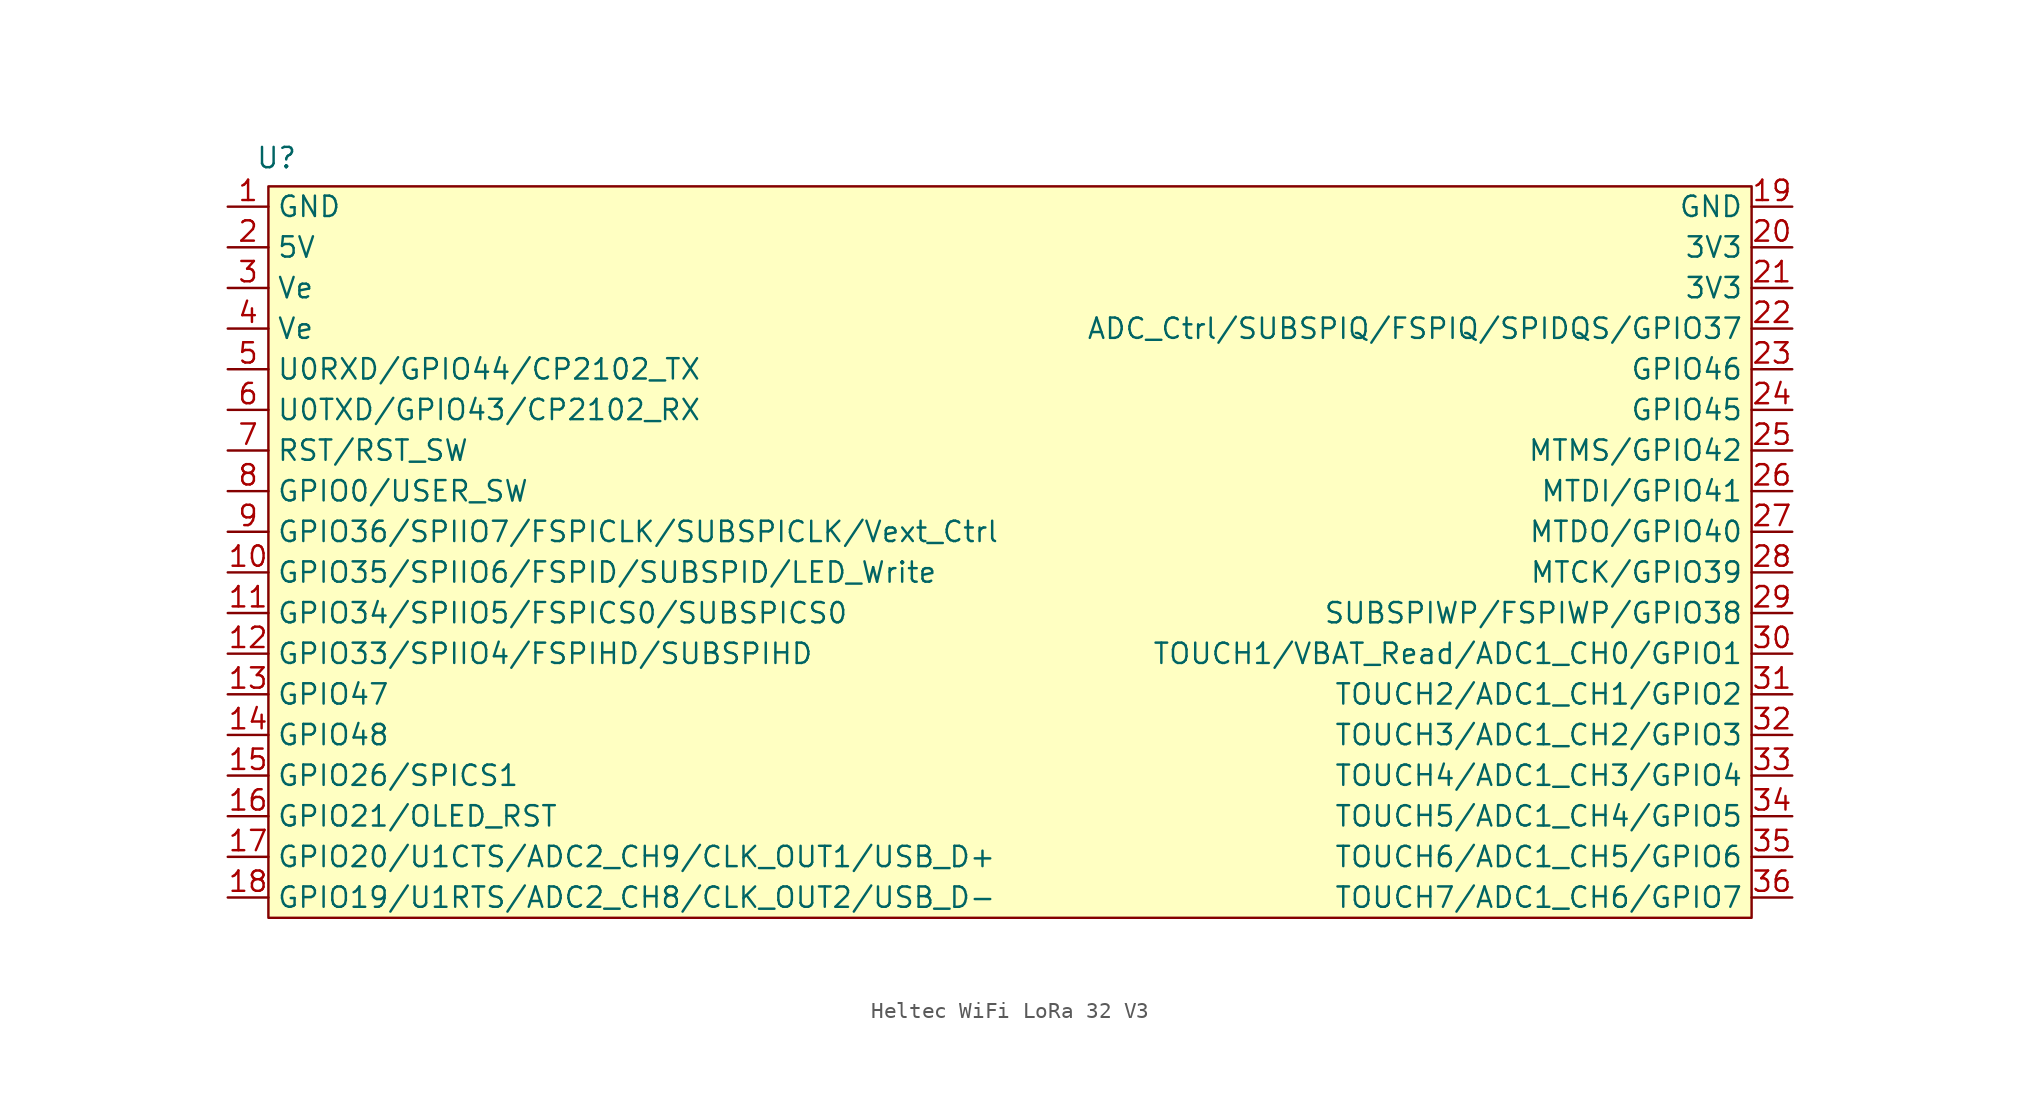
<source format=kicad_sym>
(kicad_symbol_lib
  (version 20241209)
  (generator "kicad_symbol_editor")
  (generator_version "9.0")
  (symbol "Heltec WiFi LoRa 32 V3"
    (property "Reference" "U"
      (at -46.482 24.638 0)
      (effects (font (size 1.27 1.27))))
    (property "Value" ""
      (at 0 0 0)
      (effects (font (size 1.27 1.27))))
    (symbol "Heltec WiFi LoRa 32 V3_1_1"
      (rectangle (start -46.99 22.86) (end 45.72 -22.86) (stroke (width 0) (type solid)) (fill (type background)))
      (pin power_in line (at -49.53 21.59 0) (length 2.54) (name "GND" (effects (font (size 1.27 1.27)))) (number "1" (effects (font (size 1.27 1.27)))))
      (pin power_in line (at -49.53 19.05 0) (length 2.54) (name "5V" (effects (font (size 1.27 1.27)))) (number "2" (effects (font (size 1.27 1.27)))))
      (pin power_out line (at -49.53 16.51 0) (length 2.54) (name "Ve" (effects (font (size 1.27 1.27)))) (number "3" (effects (font (size 1.27 1.27)))))
      (pin power_out line (at -49.53 13.97 0) (length 2.54) (name "Ve" (effects (font (size 1.27 1.27)))) (number "4" (effects (font (size 1.27 1.27)))))
      (pin bidirectional line (at -49.53 11.43 0) (length 2.54) (name "U0RXD/GPIO44/CP2102_TX" (effects (font (size 1.27 1.27)))) (number "5" (effects (font (size 1.27 1.27)))))
      (pin bidirectional line (at -49.53 8.89 0) (length 2.54) (name "U0TXD/GPIO43/CP2102_RX" (effects (font (size 1.27 1.27)))) (number "6" (effects (font (size 1.27 1.27)))))
      (pin input line (at -49.53 6.35 0) (length 2.54) (name "RST/RST_SW" (effects (font (size 1.27 1.27)))) (number "7" (effects (font (size 1.27 1.27)))))
      (pin bidirectional line (at -49.53 3.81 0) (length 2.54) (name "GPIO0/USER_SW" (effects (font (size 1.27 1.27)))) (number "8" (effects (font (size 1.27 1.27)))))
      (pin bidirectional line (at -49.53 1.27 0) (length 2.54) (name "GPIO36/SPIIO7/FSPICLK/SUBSPICLK/Vext_Ctrl" (effects (font (size 1.27 1.27)))) (number "9" (effects (font (size 1.27 1.27)))))
      (pin bidirectional line (at -49.53 -1.27 0) (length 2.54) (name "GPIO35/SPIIO6/FSPID/SUBSPID/LED_Write" (effects (font (size 1.27 1.27)))) (number "10" (effects (font (size 1.27 1.27)))))
      (pin bidirectional line (at -49.53 -3.81 0) (length 2.54) (name "GPIO34/SPIIO5/FSPICS0/SUBSPICS0" (effects (font (size 1.27 1.27)))) (number "11" (effects (font (size 1.27 1.27)))))
      (pin bidirectional line (at -49.53 -6.35 0) (length 2.54) (name "GPIO33/SPIIO4/FSPIHD/SUBSPIHD" (effects (font (size 1.27 1.27)))) (number "12" (effects (font (size 1.27 1.27)))))
      (pin bidirectional line (at -49.53 -8.89 0) (length 2.54) (name "GPIO47" (effects (font (size 1.27 1.27)))) (number "13" (effects (font (size 1.27 1.27)))))
      (pin bidirectional line (at -49.53 -11.43 0) (length 2.54) (name "GPIO48" (effects (font (size 1.27 1.27)))) (number "14" (effects (font (size 1.27 1.27)))))
      (pin bidirectional line (at -49.53 -13.97 0) (length 2.54) (name "GPIO26/SPICS1" (effects (font (size 1.27 1.27)))) (number "15" (effects (font (size 1.27 1.27)))))
      (pin bidirectional line (at -49.53 -16.51 0) (length 2.54) (name "GPIO21/OLED_RST" (effects (font (size 1.27 1.27)))) (number "16" (effects (font (size 1.27 1.27)))))
      (pin bidirectional line (at -49.53 -19.05 0) (length 2.54) (name "GPIO20/U1CTS/ADC2_CH9/CLK_OUT1/USB_D+" (effects (font (size 1.27 1.27)))) (number "17" (effects (font (size 1.27 1.27)))))
      (pin bidirectional line (at -49.53 -21.59 0) (length 2.54) (name "GPIO19/U1RTS/ADC2_CH8/CLK_OUT2/USB_D-" (effects (font (size 1.27 1.27)))) (number "18" (effects (font (size 1.27 1.27)))))
      (pin power_in line (at 48.26 21.59 180) (length 2.54) (name "GND" (effects (font (size 1.27 1.27)))) (number "19" (effects (font (size 1.27 1.27)))))
      (pin power_in line (at 48.26 19.05 180) (length 2.54) (name "3V3" (effects (font (size 1.27 1.27)))) (number "20" (effects (font (size 1.27 1.27)))))
      (pin power_in line (at 48.26 16.51 180) (length 2.54) (name "3V3" (effects (font (size 1.27 1.27)))) (number "21" (effects (font (size 1.27 1.27)))))
      (pin bidirectional line (at 48.26 13.97 180) (length 2.54) (name "ADC_Ctrl/SUBSPIQ/FSPIQ/SPIDQS/GPIO37" (effects (font (size 1.27 1.27)))) (number "22" (effects (font (size 1.27 1.27)))))
      (pin bidirectional line (at 48.26 11.43 180) (length 2.54) (name "GPIO46" (effects (font (size 1.27 1.27)))) (number "23" (effects (font (size 1.27 1.27)))))
      (pin bidirectional line (at 48.26 8.89 180) (length 2.54) (name "GPIO45" (effects (font (size 1.27 1.27)))) (number "24" (effects (font (size 1.27 1.27)))))
      (pin bidirectional line (at 48.26 6.35 180) (length 2.54) (name "MTMS/GPIO42" (effects (font (size 1.27 1.27)))) (number "25" (effects (font (size 1.27 1.27)))))
      (pin bidirectional line (at 48.26 3.81 180) (length 2.54) (name "MTDI/GPIO41" (effects (font (size 1.27 1.27)))) (number "26" (effects (font (size 1.27 1.27)))))
      (pin bidirectional line (at 48.26 1.27 180) (length 2.54) (name "MTDO/GPIO40" (effects (font (size 1.27 1.27)))) (number "27" (effects (font (size 1.27 1.27)))))
      (pin bidirectional line (at 48.26 -1.27 180) (length 2.54) (name "MTCK/GPIO39" (effects (font (size 1.27 1.27)))) (number "28" (effects (font (size 1.27 1.27)))))
      (pin bidirectional line (at 48.26 -3.81 180) (length 2.54) (name "SUBSPIWP/FSPIWP/GPIO38" (effects (font (size 1.27 1.27)))) (number "29" (effects (font (size 1.27 1.27)))))
      (pin bidirectional line (at 48.26 -6.35 180) (length 2.54) (name "TOUCH1/VBAT_Read/ADC1_CH0/GPIO1" (effects (font (size 1.27 1.27)))) (number "30" (effects (font (size 1.27 1.27)))))
      (pin bidirectional line (at 48.26 -8.89 180) (length 2.54) (name "TOUCH2/ADC1_CH1/GPIO2" (effects (font (size 1.27 1.27)))) (number "31" (effects (font (size 1.27 1.27)))))
      (pin bidirectional line (at 48.26 -11.43 180) (length 2.54) (name "TOUCH3/ADC1_CH2/GPIO3" (effects (font (size 1.27 1.27)))) (number "32" (effects (font (size 1.27 1.27)))))
      (pin bidirectional line (at 48.26 -13.97 180) (length 2.54) (name "TOUCH4/ADC1_CH3/GPIO4" (effects (font (size 1.27 1.27)))) (number "33" (effects (font (size 1.27 1.27)))))
      (pin bidirectional line (at 48.26 -16.51 180) (length 2.54) (name "TOUCH5/ADC1_CH4/GPIO5" (effects (font (size 1.27 1.27)))) (number "34" (effects (font (size 1.27 1.27)))))
      (pin bidirectional line (at 48.26 -19.05 180) (length 2.54) (name "TOUCH6/ADC1_CH5/GPIO6" (effects (font (size 1.27 1.27)))) (number "35" (effects (font (size 1.27 1.27)))))
      (pin bidirectional line (at 48.26 -21.59 180) (length 2.54) (name "TOUCH7/ADC1_CH6/GPIO7" (effects (font (size 1.27 1.27)))) (number "36" (effects (font (size 1.27 1.27))))))))
</source>
